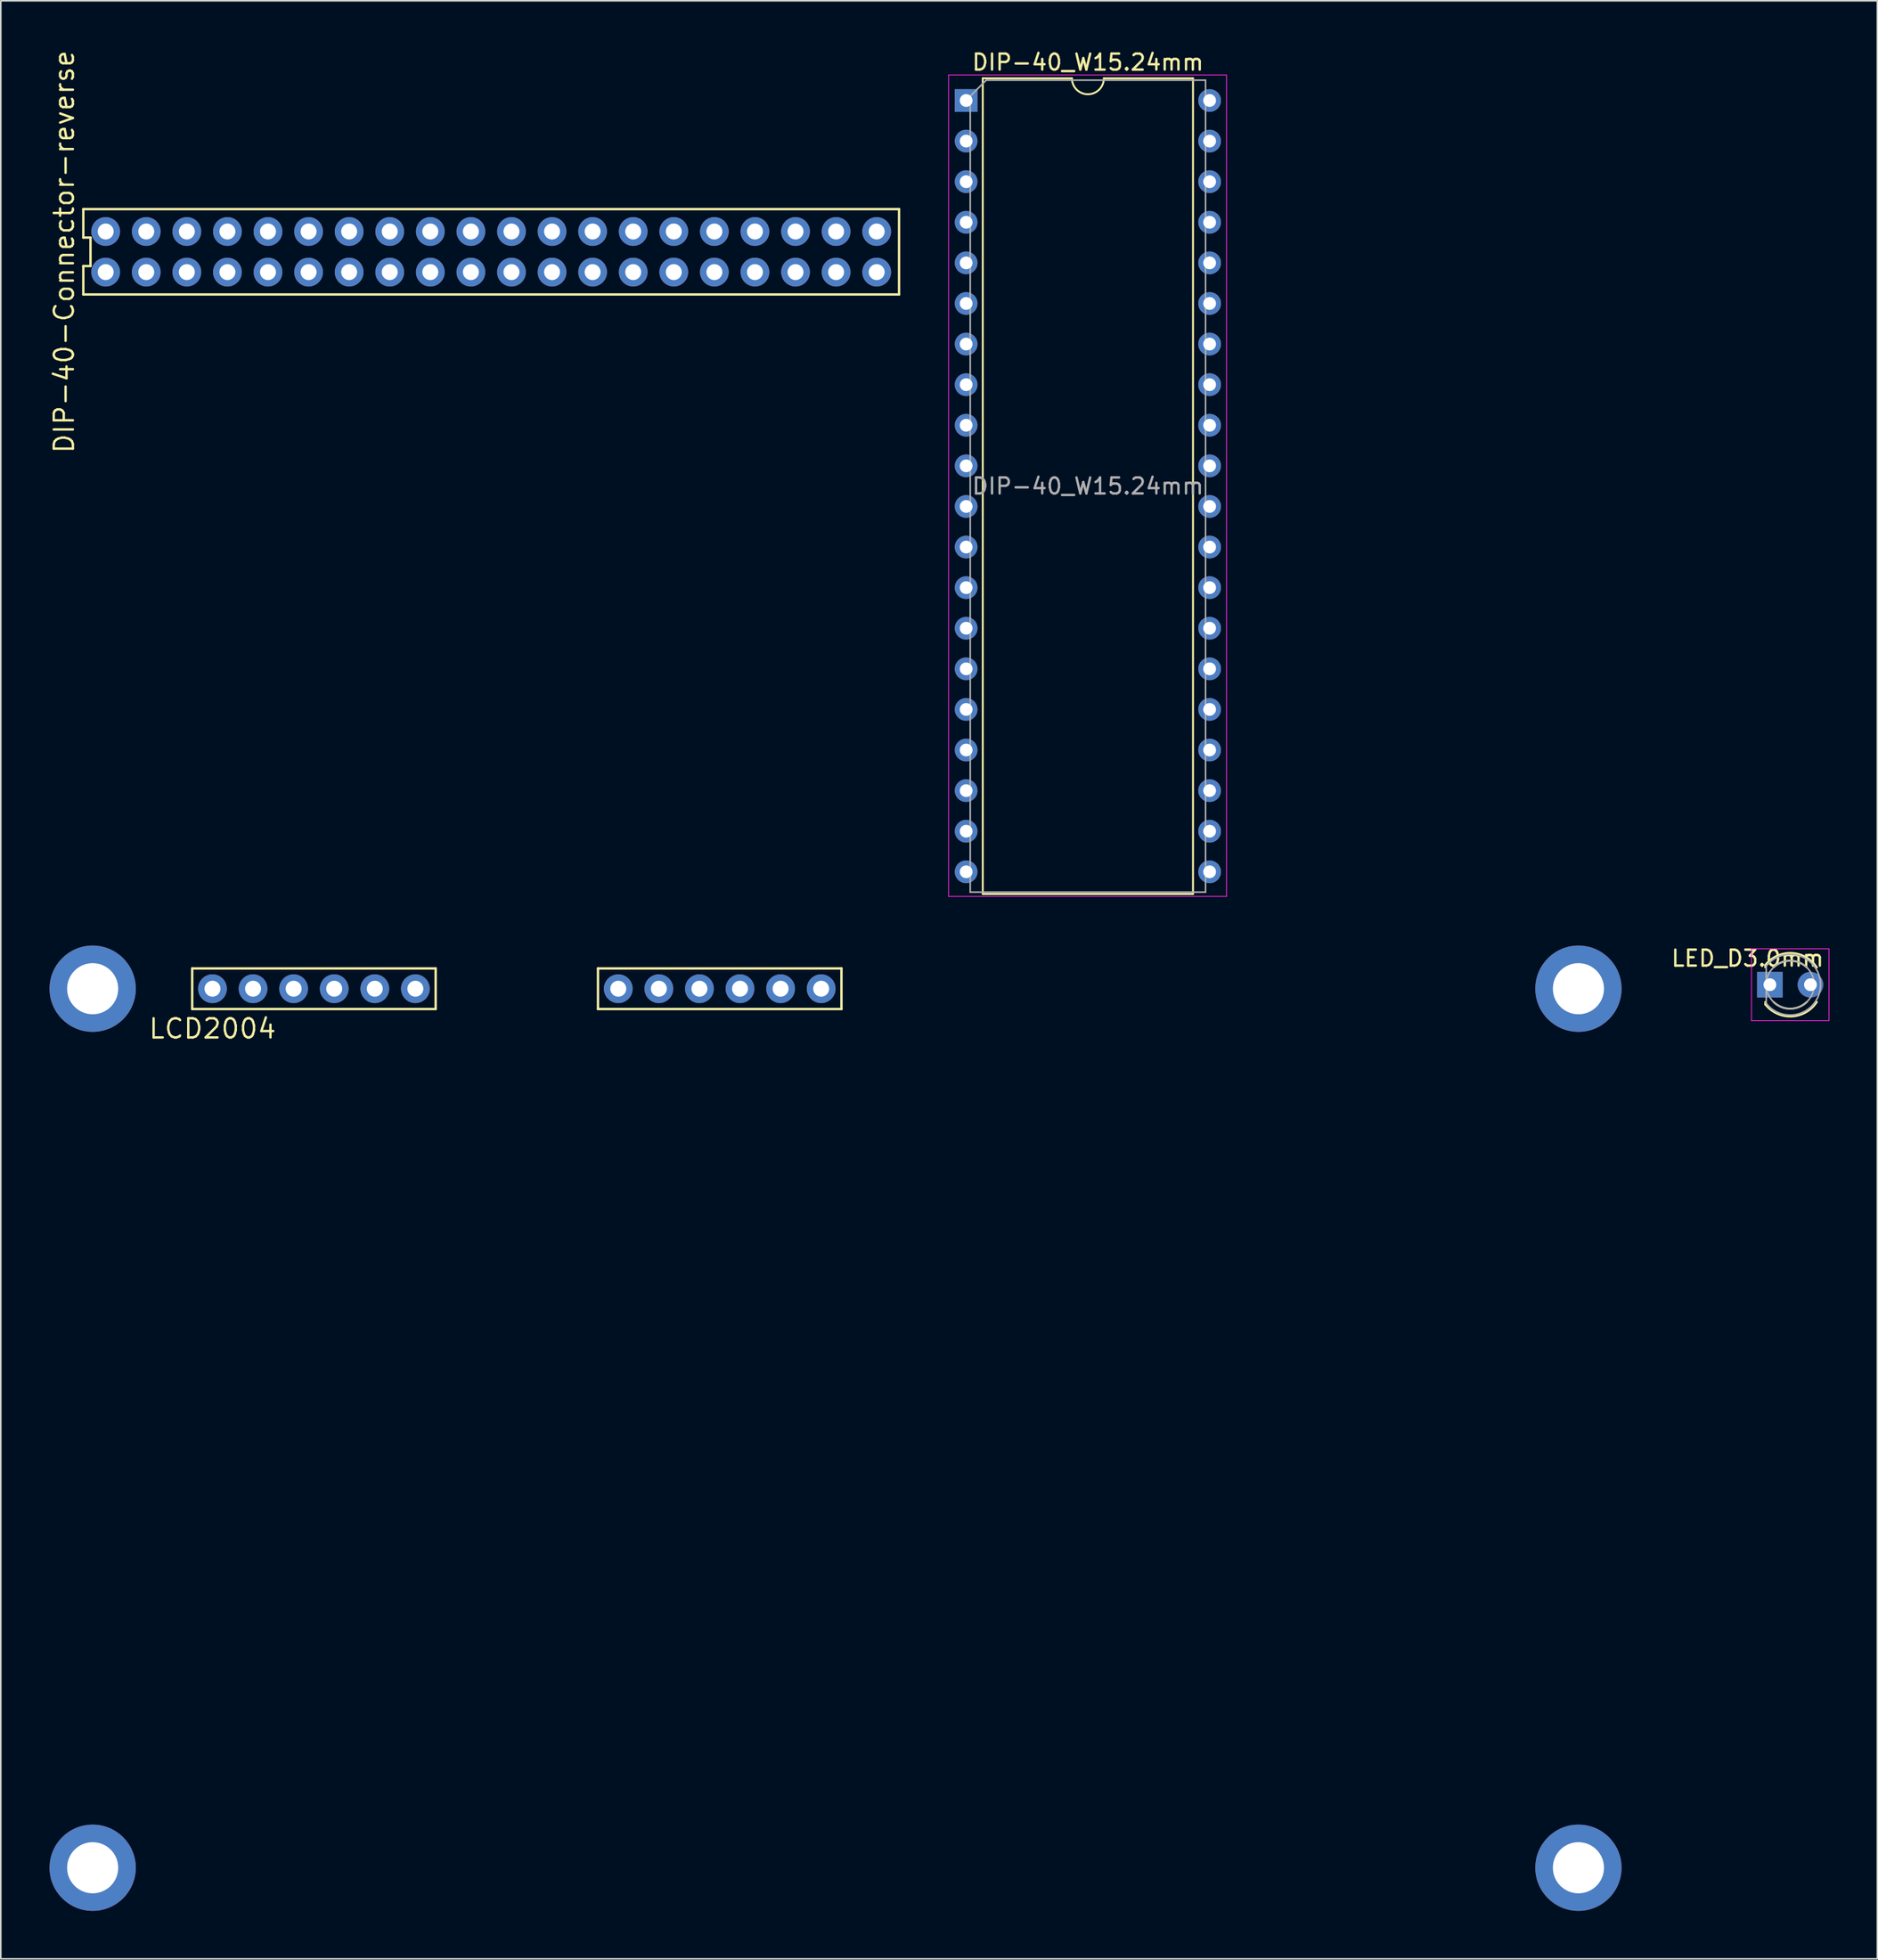
<source format=kicad_pcb>
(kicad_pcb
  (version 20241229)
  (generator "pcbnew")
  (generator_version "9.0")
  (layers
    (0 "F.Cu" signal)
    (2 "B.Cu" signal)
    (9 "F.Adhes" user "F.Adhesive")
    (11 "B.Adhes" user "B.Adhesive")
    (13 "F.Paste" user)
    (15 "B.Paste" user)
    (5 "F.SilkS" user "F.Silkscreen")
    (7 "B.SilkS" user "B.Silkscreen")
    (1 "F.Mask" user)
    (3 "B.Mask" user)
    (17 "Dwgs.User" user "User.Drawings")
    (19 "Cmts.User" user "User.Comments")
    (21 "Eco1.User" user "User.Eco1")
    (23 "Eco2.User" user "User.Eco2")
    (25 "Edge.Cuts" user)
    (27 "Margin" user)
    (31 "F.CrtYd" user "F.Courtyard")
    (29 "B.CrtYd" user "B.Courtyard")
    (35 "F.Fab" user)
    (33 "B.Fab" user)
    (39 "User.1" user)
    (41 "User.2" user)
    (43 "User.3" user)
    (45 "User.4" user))
  (footprint "LED_D3.0mm"
    (layer "F.Cu")
    (at 107.734 58.562)
    (property "Reference" "LED_D3.0mm" (at -1.397 -1.651 0) (layer "F.SilkS") (effects (font (size 1 1) (thickness 0.15))))
    (attr through_hole)
    (fp_line (start -0.29 -1.236) (end -0.29 -1.08) (stroke (width 0.12) (type solid)) (layer "F.SilkS"))
    (fp_line (start -0.29 1.08) (end -0.29 1.236) (stroke (width 0.12) (type solid)) (layer "F.SilkS"))
    (fp_arc (start -0.29 -1.235516) (mid 1.366487 -1.987659) (end 2.942335 -1.078608) (stroke (width 0.12) (type solid)) (layer "F.SilkS"))
    (fp_arc (start 0.229039 -1.08) (mid 1.270117 -1.5) (end 2.31113 -1.079837) (stroke (width 0.12) (type solid)) (layer "F.SilkS"))
    (fp_arc (start 2.31113 1.079837) (mid 1.270117 1.5) (end 0.229039 1.08) (stroke (width 0.12) (type solid)) (layer "F.SilkS"))
    (fp_arc (start 2.942335 1.078608) (mid 1.366487 1.987659) (end -0.29 1.235516) (stroke (width 0.12) (type solid)) (layer "F.SilkS"))
    (fp_line (start -1.15 -2.25) (end -1.15 2.25) (stroke (width 0.05) (type solid)) (layer "F.CrtYd"))
    (fp_line (start -1.15 2.25) (end 3.7 2.25) (stroke (width 0.05) (type solid)) (layer "F.CrtYd"))
    (fp_line (start 3.7 -2.25) (end -1.15 -2.25) (stroke (width 0.05) (type solid)) (layer "F.CrtYd"))
    (fp_line (start 3.7 2.25) (end 3.7 -2.25) (stroke (width 0.05) (type solid)) (layer "F.CrtYd"))
    (fp_line (start -0.23 -1.166) (end -0.23 1.166) (stroke (width 0.1) (type solid)) (layer "F.Fab"))
    (fp_arc (start -0.23 -1.16619) (mid 3.17 0.000452) (end -0.230555 1.165476) (stroke (width 0.1) (type solid)) (layer "F.Fab"))
    (fp_circle (center 1.27 0) (end 2.77 0) (stroke (width 0.1) (type solid)) (fill no) (layer "F.Fab"))
    (pad "1" thru_hole rect (at 0 0) (size 1.6 1.6) (drill 0.8) (layers "*.Cu" "*.Mask"))
    (pad "2" thru_hole circle (at 2.54 0) (size 1.6 1.6) (drill 0.8) (layers "*.Cu" "*.Mask")))
  (footprint "LCD2004"
    (layer "F.Cu")
    (at 0.25 56.313)
    (property "Reference" "LCD2004" (at 10 5 0) (layer "F.SilkS") (effects (font (size 1.2 1.2) (thickness 0.15))))
    (attr through_hole)
    (fp_line (start 8.73 1.23) (end 23.97 1.23) (stroke (width 0.15) (type solid)) (layer "F.SilkS"))
    (fp_line (start 8.73 3.77) (end 8.73 1.23) (stroke (width 0.15) (type solid)) (layer "F.SilkS"))
    (fp_line (start 23.97 1.23) (end 23.97 3.77) (stroke (width 0.15) (type solid)) (layer "F.SilkS"))
    (fp_line (start 23.97 3.77) (end 8.73 3.77) (stroke (width 0.15) (type solid)) (layer "F.SilkS"))
    (fp_line (start 34.13 1.23) (end 34.13 3.77) (stroke (width 0.15) (type solid)) (layer "F.SilkS"))
    (fp_line (start 34.13 3.77) (end 49.37 3.77) (stroke (width 0.15) (type solid)) (layer "F.SilkS"))
    (fp_line (start 49.37 1.23) (end 34.13 1.23) (stroke (width 0.15) (type solid)) (layer "F.SilkS"))
    (fp_line (start 49.37 3.77) (end 49.37 1.23) (stroke (width 0.15) (type solid)) (layer "F.SilkS"))
    (pad "" thru_hole circle (at 2.5 2.5) (size 5.4 5.4) (drill 3.2) (layers "*.Cu" "*.Mask"))
    (pad "" thru_hole circle (at 2.5 57.5) (size 5.4 5.4) (drill 3.2) (layers "*.Cu" "*.Mask"))
    (pad "" thru_hole circle (at 95.5 2.5) (size 5.4 5.4) (drill 3.2) (layers "*.Cu" "*.Mask"))
    (pad "" thru_hole circle (at 95.5 57.5) (size 5.4 5.4) (drill 3.2) (layers "*.Cu" "*.Mask"))
    (pad "1" thru_hole circle (at 10 2.5) (size 1.8 1.8) (drill 1) (layers "*.Cu" "*.Mask"))
    (pad "2" thru_hole circle (at 12.54 2.5) (size 1.8 1.8) (drill 1) (layers "*.Cu" "*.Mask"))
    (pad "3" thru_hole circle (at 15.08 2.5) (size 1.8 1.8) (drill 1) (layers "*.Cu" "*.Mask"))
    (pad "4" thru_hole circle (at 17.62 2.5) (size 1.8 1.8) (drill 1) (layers "*.Cu" "*.Mask"))
    (pad "5" thru_hole circle (at 20.16 2.5) (size 1.8 1.8) (drill 1) (layers "*.Cu" "*.Mask"))
    (pad "6" thru_hole circle (at 22.7 2.5) (size 1.8 1.8) (drill 1) (layers "*.Cu" "*.Mask"))
    (pad "11" thru_hole circle (at 35.4 2.5) (size 1.8 1.8) (drill 1) (layers "*.Cu" "*.Mask"))
    (pad "12" thru_hole circle (at 37.94 2.5) (size 1.8 1.8) (drill 1) (layers "*.Cu" "*.Mask"))
    (pad "13" thru_hole circle (at 40.48 2.5) (size 1.8 1.8) (drill 1) (layers "*.Cu" "*.Mask"))
    (pad "14" thru_hole circle (at 43.02 2.5) (size 1.8 1.8) (drill 1) (layers "*.Cu" "*.Mask"))
    (pad "15" thru_hole circle (at 45.56 2.5) (size 1.8 1.8) (drill 1) (layers "*.Cu" "*.Mask"))
    (pad "16" thru_hole circle (at 48.1 2.5) (size 1.8 1.8) (drill 1) (layers "*.Cu" "*.Mask")))
  (footprint "DIP-40-Connector-reverse"
    (layer "F.Cu")
    (at 27.695 12.705)
    (property "Reference" "DIP-40-Connector-reverse" (at -26.73 0 90) (layer "F.SilkS") (effects (font (size 1.2 1.2) (thickness 0.15))))
    (attr through_hole)
    (fp_line (start -25.53 -2.67) (end -25.53 -0.89) (stroke (width 0.15) (type solid)) (layer "F.SilkS"))
    (fp_line (start -25.53 -0.89) (end -25.08 -0.89) (stroke (width 0.15) (type solid)) (layer "F.SilkS"))
    (fp_line (start -25.53 0.89) (end -25.53 2.67) (stroke (width 0.15) (type solid)) (layer "F.SilkS"))
    (fp_line (start -25.53 2.67) (end 25.53 2.67) (stroke (width 0.15) (type solid)) (layer "F.SilkS"))
    (fp_line (start -25.08 -0.89) (end -25.08 0.89) (stroke (width 0.15) (type solid)) (layer "F.SilkS"))
    (fp_line (start -25.08 0.89) (end -25.53 0.89) (stroke (width 0.15) (type solid)) (layer "F.SilkS"))
    (fp_line (start 25.53 -2.67) (end -25.53 -2.67) (stroke (width 0.15) (type solid)) (layer "F.SilkS"))
    (fp_line (start 25.53 2.67) (end 25.53 -2.67) (stroke (width 0.15) (type solid)) (layer "F.SilkS"))
    (pad "1" thru_hole circle (at -24.13 -1.27) (size 1.8 1.8) (drill 1) (layers "*.Cu" "*.Mask"))
    (pad "2" thru_hole circle (at -21.59 -1.27) (size 1.8 1.8) (drill 1) (layers "*.Cu" "*.Mask"))
    (pad "3" thru_hole circle (at -19.05 -1.27) (size 1.8 1.8) (drill 1) (layers "*.Cu" "*.Mask"))
    (pad "4" thru_hole circle (at -16.51 -1.27) (size 1.8 1.8) (drill 1) (layers "*.Cu" "*.Mask"))
    (pad "5" thru_hole circle (at -13.97 -1.27) (size 1.8 1.8) (drill 1) (layers "*.Cu" "*.Mask"))
    (pad "6" thru_hole circle (at -11.43 -1.27) (size 1.8 1.8) (drill 1) (layers "*.Cu" "*.Mask"))
    (pad "7" thru_hole circle (at -8.89 -1.27) (size 1.8 1.8) (drill 1) (layers "*.Cu" "*.Mask"))
    (pad "8" thru_hole circle (at -6.35 -1.27) (size 1.8 1.8) (drill 1) (layers "*.Cu" "*.Mask"))
    (pad "9" thru_hole circle (at -3.81 -1.27) (size 1.8 1.8) (drill 1) (layers "*.Cu" "*.Mask"))
    (pad "10" thru_hole circle (at -1.27 -1.27) (size 1.8 1.8) (drill 1) (layers "*.Cu" "*.Mask"))
    (pad "11" thru_hole circle (at 1.27 -1.27) (size 1.8 1.8) (drill 1) (layers "*.Cu" "*.Mask"))
    (pad "12" thru_hole circle (at 3.81 -1.27) (size 1.8 1.8) (drill 1) (layers "*.Cu" "*.Mask"))
    (pad "13" thru_hole circle (at 6.35 -1.27) (size 1.8 1.8) (drill 1) (layers "*.Cu" "*.Mask"))
    (pad "14" thru_hole circle (at 8.89 -1.27) (size 1.8 1.8) (drill 1) (layers "*.Cu" "*.Mask"))
    (pad "15" thru_hole circle (at 11.43 -1.27) (size 1.8 1.8) (drill 1) (layers "*.Cu" "*.Mask"))
    (pad "16" thru_hole circle (at 13.97 -1.27) (size 1.8 1.8) (drill 1) (layers "*.Cu" "*.Mask"))
    (pad "17" thru_hole circle (at 16.51 -1.27) (size 1.8 1.8) (drill 1) (layers "*.Cu" "*.Mask"))
    (pad "18" thru_hole circle (at 19.05 -1.27) (size 1.8 1.8) (drill 1) (layers "*.Cu" "*.Mask"))
    (pad "19" thru_hole circle (at 21.59 -1.27) (size 1.8 1.8) (drill 1) (layers "*.Cu" "*.Mask"))
    (pad "20" thru_hole circle (at 24.13 -1.27) (size 1.8 1.8) (drill 1) (layers "*.Cu" "*.Mask"))
    (pad "21" thru_hole circle (at 24.13 1.27) (size 1.8 1.8) (drill 1) (layers "*.Cu" "*.Mask"))
    (pad "22" thru_hole circle (at 21.59 1.27) (size 1.8 1.8) (drill 1) (layers "*.Cu" "*.Mask"))
    (pad "23" thru_hole circle (at 19.05 1.27) (size 1.8 1.8) (drill 1) (layers "*.Cu" "*.Mask"))
    (pad "24" thru_hole circle (at 16.51 1.27) (size 1.8 1.8) (drill 1) (layers "*.Cu" "*.Mask"))
    (pad "25" thru_hole circle (at 13.97 1.27) (size 1.8 1.8) (drill 1) (layers "*.Cu" "*.Mask"))
    (pad "26" thru_hole circle (at 11.43 1.27) (size 1.8 1.8) (drill 1) (layers "*.Cu" "*.Mask"))
    (pad "27" thru_hole circle (at 8.89 1.27) (size 1.8 1.8) (drill 1) (layers "*.Cu" "*.Mask"))
    (pad "28" thru_hole circle (at 6.35 1.27) (size 1.8 1.8) (drill 1) (layers "*.Cu" "*.Mask"))
    (pad "29" thru_hole circle (at 3.81 1.27) (size 1.8 1.8) (drill 1) (layers "*.Cu" "*.Mask"))
    (pad "30" thru_hole circle (at 1.27 1.27) (size 1.8 1.8) (drill 1) (layers "*.Cu" "*.Mask"))
    (pad "31" thru_hole circle (at -1.27 1.27) (size 1.8 1.8) (drill 1) (layers "*.Cu" "*.Mask"))
    (pad "32" thru_hole circle (at -3.81 1.27) (size 1.8 1.8) (drill 1) (layers "*.Cu" "*.Mask"))
    (pad "33" thru_hole circle (at -6.35 1.27) (size 1.8 1.8) (drill 1) (layers "*.Cu" "*.Mask"))
    (pad "34" thru_hole circle (at -8.89 1.27) (size 1.8 1.8) (drill 1) (layers "*.Cu" "*.Mask"))
    (pad "35" thru_hole circle (at -11.43 1.27) (size 1.8 1.8) (drill 1) (layers "*.Cu" "*.Mask"))
    (pad "36" thru_hole circle (at -13.97 1.27) (size 1.8 1.8) (drill 1) (layers "*.Cu" "*.Mask"))
    (pad "37" thru_hole circle (at -16.51 1.27) (size 1.8 1.8) (drill 1) (layers "*.Cu" "*.Mask"))
    (pad "38" thru_hole circle (at -19.05 1.27) (size 1.8 1.8) (drill 1) (layers "*.Cu" "*.Mask"))
    (pad "39" thru_hole circle (at -21.59 1.27) (size 1.8 1.8) (drill 1) (layers "*.Cu" "*.Mask"))
    (pad "40" thru_hole circle (at -24.13 1.27) (size 1.8 1.8) (drill 1) (layers "*.Cu" "*.Mask")))
  (footprint "DIP-40_W15.24mm"
    (layer "F.Cu")
    (at 57.425 3.238)
    (property "Reference" "DIP-40_W15.24mm" (at 7.62 -2.39 0) (layer "F.SilkS") (effects (font (size 1 1) (thickness 0.15))))
    (attr through_hole)
    (fp_line (start 1.04 -1.39) (end 1.04 49.65) (stroke (width 0.12) (type solid)) (layer "F.SilkS"))
    (fp_line (start 1.04 49.65) (end 14.2 49.65) (stroke (width 0.12) (type solid)) (layer "F.SilkS"))
    (fp_line (start 6.62 -1.39) (end 1.04 -1.39) (stroke (width 0.12) (type solid)) (layer "F.SilkS"))
    (fp_line (start 14.2 -1.39) (end 8.62 -1.39) (stroke (width 0.12) (type solid)) (layer "F.SilkS"))
    (fp_line (start 14.2 49.65) (end 14.2 -1.39) (stroke (width 0.12) (type solid)) (layer "F.SilkS"))
    (fp_arc (start 8.62 -1.39) (mid 7.62 -0.39) (end 6.62 -1.39) (stroke (width 0.12) (type solid)) (layer "F.SilkS"))
    (fp_line (start -1.1 -1.6) (end -1.1 49.8) (stroke (width 0.05) (type solid)) (layer "F.CrtYd"))
    (fp_line (start -1.1 49.8) (end 16.3 49.8) (stroke (width 0.05) (type solid)) (layer "F.CrtYd"))
    (fp_line (start 16.3 -1.6) (end -1.1 -1.6) (stroke (width 0.05) (type solid)) (layer "F.CrtYd"))
    (fp_line (start 16.3 49.8) (end 16.3 -1.6) (stroke (width 0.05) (type solid)) (layer "F.CrtYd"))
    (fp_line (start 0.255 -0.27) (end 1.255 -1.27) (stroke (width 0.1) (type solid)) (layer "F.Fab"))
    (fp_line (start 0.255 49.53) (end 0.255 -0.27) (stroke (width 0.1) (type solid)) (layer "F.Fab"))
    (fp_line (start 1.255 -1.27) (end 14.985 -1.27) (stroke (width 0.1) (type solid)) (layer "F.Fab"))
    (fp_line (start 14.985 -1.27) (end 14.985 49.53) (stroke (width 0.1) (type solid)) (layer "F.Fab"))
    (fp_line (start 14.985 49.53) (end 0.255 49.53) (stroke (width 0.1) (type solid)) (layer "F.Fab"))
    (fp_text user "${REFERENCE}" (at 7.62 24.13 0) (layer "F.Fab") (effects (font (size 1 1) (thickness 0.15))))
    (pad "1" thru_hole rect (at 0 0) (size 1.422 1.422) (drill 0.8) (layers "*.Cu" "*.Mask"))
    (pad "2" thru_hole oval (at 0 2.54) (size 1.422 1.422) (drill 0.8) (layers "*.Cu" "*.Mask"))
    (pad "3" thru_hole oval (at 0 5.08) (size 1.422 1.422) (drill 0.8) (layers "*.Cu" "*.Mask"))
    (pad "4" thru_hole oval (at 0 7.62) (size 1.422 1.422) (drill 0.8) (layers "*.Cu" "*.Mask"))
    (pad "5" thru_hole oval (at 0 10.16) (size 1.422 1.422) (drill 0.8) (layers "*.Cu" "*.Mask"))
    (pad "6" thru_hole oval (at 0 12.7) (size 1.422 1.422) (drill 0.8) (layers "*.Cu" "*.Mask"))
    (pad "7" thru_hole oval (at 0 15.24) (size 1.422 1.422) (drill 0.8) (layers "*.Cu" "*.Mask"))
    (pad "8" thru_hole oval (at 0 17.78) (size 1.422 1.422) (drill 0.8) (layers "*.Cu" "*.Mask"))
    (pad "9" thru_hole oval (at 0 20.32) (size 1.422 1.422) (drill 0.8) (layers "*.Cu" "*.Mask"))
    (pad "10" thru_hole oval (at 0 22.86) (size 1.422 1.422) (drill 0.8) (layers "*.Cu" "*.Mask"))
    (pad "11" thru_hole oval (at 0 25.4) (size 1.422 1.422) (drill 0.8) (layers "*.Cu" "*.Mask"))
    (pad "12" thru_hole oval (at 0 27.94) (size 1.422 1.422) (drill 0.8) (layers "*.Cu" "*.Mask"))
    (pad "13" thru_hole oval (at 0 30.48) (size 1.422 1.422) (drill 0.8) (layers "*.Cu" "*.Mask"))
    (pad "14" thru_hole oval (at 0 33.02) (size 1.422 1.422) (drill 0.8) (layers "*.Cu" "*.Mask"))
    (pad "15" thru_hole oval (at 0 35.56) (size 1.422 1.422) (drill 0.8) (layers "*.Cu" "*.Mask"))
    (pad "16" thru_hole oval (at 0 38.1) (size 1.422 1.422) (drill 0.8) (layers "*.Cu" "*.Mask"))
    (pad "17" thru_hole oval (at 0 40.64) (size 1.422 1.422) (drill 0.8) (layers "*.Cu" "*.Mask"))
    (pad "18" thru_hole oval (at 0 43.18) (size 1.422 1.422) (drill 0.8) (layers "*.Cu" "*.Mask"))
    (pad "19" thru_hole oval (at 0 45.72) (size 1.422 1.422) (drill 0.8) (layers "*.Cu" "*.Mask"))
    (pad "20" thru_hole oval (at 0 48.26) (size 1.422 1.422) (drill 0.8) (layers "*.Cu" "*.Mask"))
    (pad "21" thru_hole oval (at 15.24 48.26) (size 1.422 1.422) (drill 0.8) (layers "*.Cu" "*.Mask"))
    (pad "22" thru_hole oval (at 15.24 45.72) (size 1.422 1.422) (drill 0.8) (layers "*.Cu" "*.Mask"))
    (pad "23" thru_hole oval (at 15.24 43.18) (size 1.422 1.422) (drill 0.8) (layers "*.Cu" "*.Mask"))
    (pad "24" thru_hole oval (at 15.24 40.64) (size 1.422 1.422) (drill 0.8) (layers "*.Cu" "*.Mask"))
    (pad "25" thru_hole oval (at 15.24 38.1) (size 1.422 1.422) (drill 0.8) (layers "*.Cu" "*.Mask"))
    (pad "26" thru_hole oval (at 15.24 35.56) (size 1.422 1.422) (drill 0.8) (layers "*.Cu" "*.Mask"))
    (pad "27" thru_hole oval (at 15.24 33.02) (size 1.422 1.422) (drill 0.8) (layers "*.Cu" "*.Mask"))
    (pad "28" thru_hole oval (at 15.24 30.48) (size 1.422 1.422) (drill 0.8) (layers "*.Cu" "*.Mask"))
    (pad "29" thru_hole oval (at 15.24 27.94) (size 1.422 1.422) (drill 0.8) (layers "*.Cu" "*.Mask"))
    (pad "30" thru_hole oval (at 15.24 25.4) (size 1.422 1.422) (drill 0.8) (layers "*.Cu" "*.Mask"))
    (pad "31" thru_hole oval (at 15.24 22.86) (size 1.422 1.422) (drill 0.8) (layers "*.Cu" "*.Mask"))
    (pad "32" thru_hole oval (at 15.24 20.32) (size 1.422 1.422) (drill 0.8) (layers "*.Cu" "*.Mask"))
    (pad "33" thru_hole oval (at 15.24 17.78) (size 1.422 1.422) (drill 0.8) (layers "*.Cu" "*.Mask"))
    (pad "34" thru_hole oval (at 15.24 15.24) (size 1.422 1.422) (drill 0.8) (layers "*.Cu" "*.Mask"))
    (pad "35" thru_hole oval (at 15.24 12.7) (size 1.422 1.422) (drill 0.8) (layers "*.Cu" "*.Mask"))
    (pad "36" thru_hole oval (at 15.24 10.16) (size 1.422 1.422) (drill 0.8) (layers "*.Cu" "*.Mask"))
    (pad "37" thru_hole oval (at 15.24 7.62) (size 1.422 1.422) (drill 0.8) (layers "*.Cu" "*.Mask"))
    (pad "38" thru_hole oval (at 15.24 5.08) (size 1.422 1.422) (drill 0.8) (layers "*.Cu" "*.Mask"))
    (pad "39" thru_hole oval (at 15.24 2.54) (size 1.422 1.422) (drill 0.8) (layers "*.Cu" "*.Mask"))
    (pad "40" thru_hole oval (at 15.24 0) (size 1.422 1.422) (drill 0.8) (layers "*.Cu" "*.Mask")))
  (gr_rect
    (start -3 -3)
    (end 114.459 119.513)
    (stroke (width 0.1) (type default))
    (fill no)
    (layer "Edge.Cuts")))
</source>
